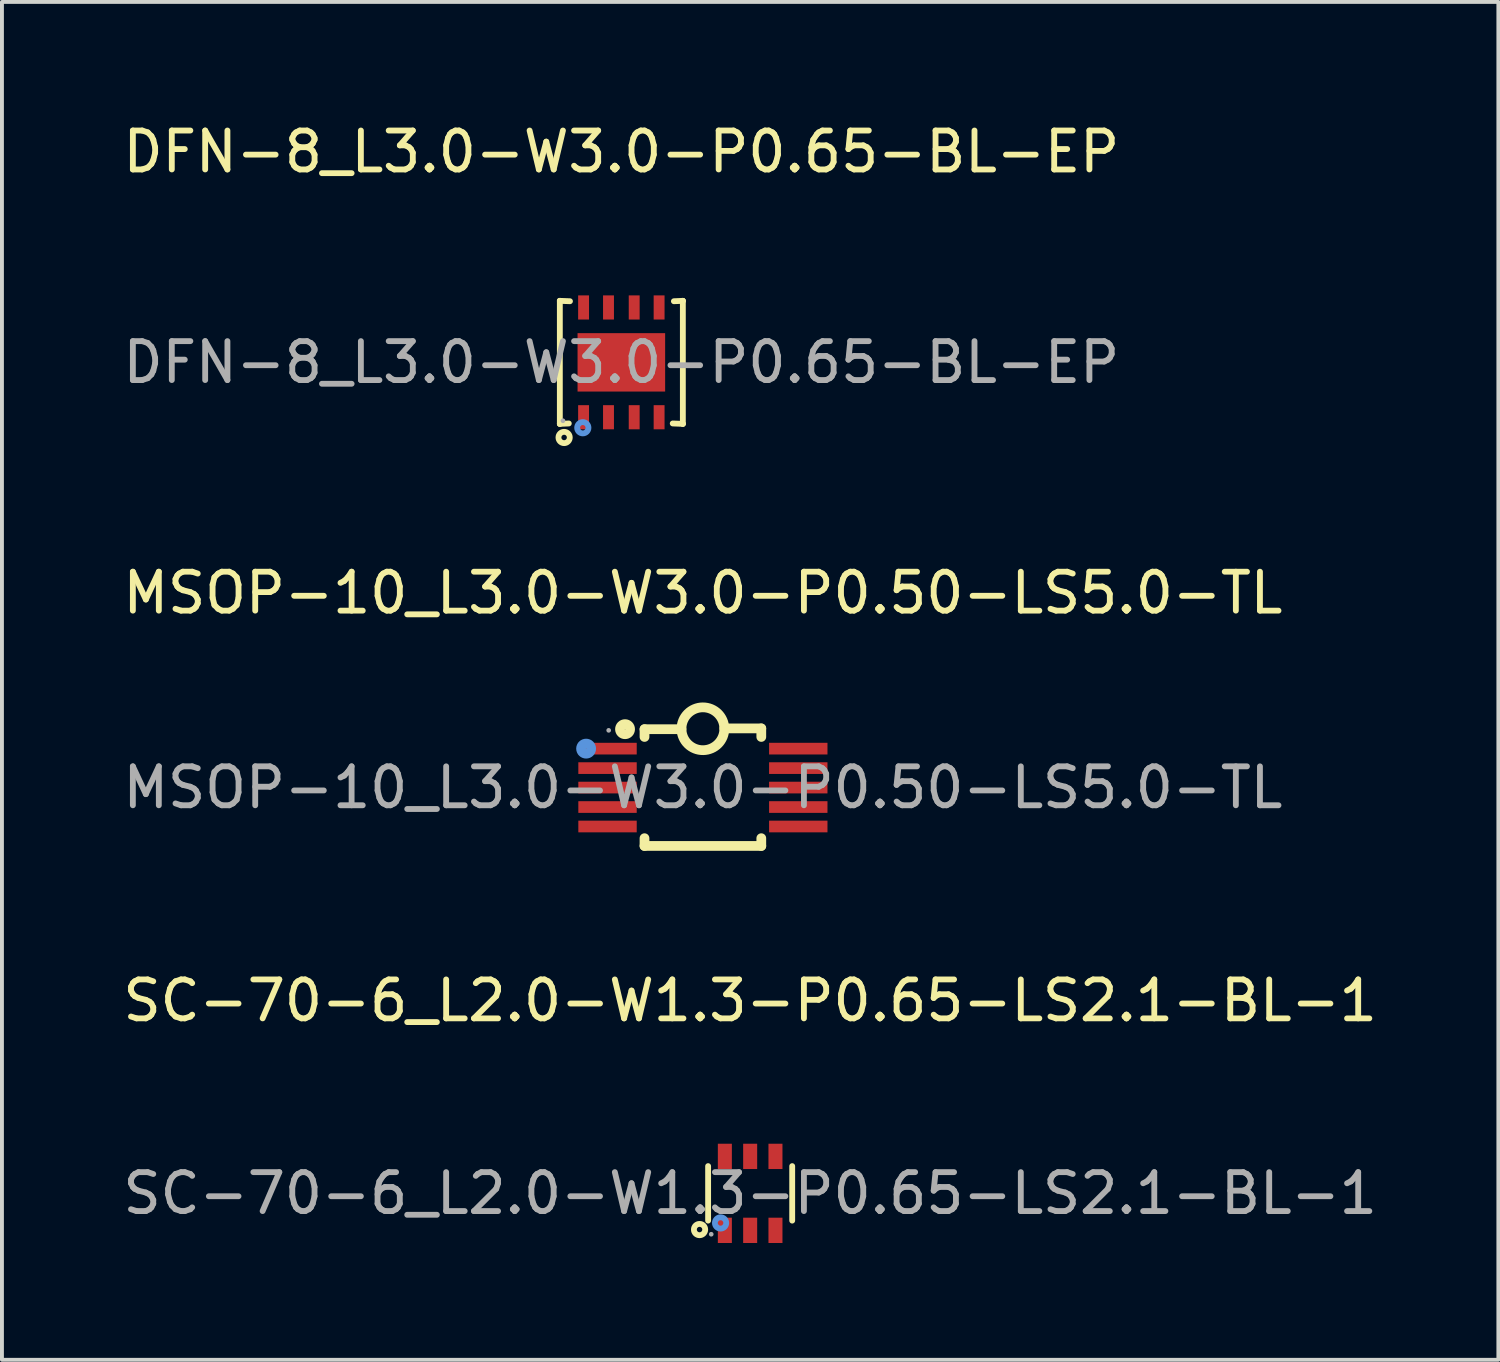
<source format=kicad_pcb>
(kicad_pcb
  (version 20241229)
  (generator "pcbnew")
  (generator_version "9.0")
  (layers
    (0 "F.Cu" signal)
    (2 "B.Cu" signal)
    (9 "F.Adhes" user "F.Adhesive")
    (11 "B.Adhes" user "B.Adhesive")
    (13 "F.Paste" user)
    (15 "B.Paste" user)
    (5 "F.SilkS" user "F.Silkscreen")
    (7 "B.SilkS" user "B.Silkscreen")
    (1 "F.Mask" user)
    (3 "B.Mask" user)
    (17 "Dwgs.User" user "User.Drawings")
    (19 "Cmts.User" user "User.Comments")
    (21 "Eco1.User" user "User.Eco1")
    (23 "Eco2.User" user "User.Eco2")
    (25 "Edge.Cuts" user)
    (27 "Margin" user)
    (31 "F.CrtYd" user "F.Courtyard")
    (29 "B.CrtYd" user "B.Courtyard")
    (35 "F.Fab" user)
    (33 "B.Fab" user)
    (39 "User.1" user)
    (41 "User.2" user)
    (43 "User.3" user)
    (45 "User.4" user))
  (footprint "SC-70-6_L2.0-W1.3-P0.65-LS2.1-BL-1"
    (layer "F.Cu")
    (at 16.22 27.605)
    (property "Reference" "SC-70-6_L2.0-W1.3-P0.65-LS2.1-BL-1" (at 0 -4.95 0) (layer "F.SilkS") (effects (font (size 1 1) (thickness 0.15))))
    (attr through_hole)
    (fp_line (start -1.08 0.7) (end -1.08 -0.7) (stroke (width 0.15) (type solid)) (layer "F.SilkS"))
    (fp_line (start 1.08 0.7) (end 1.08 -0.7) (stroke (width 0.15) (type solid)) (layer "F.SilkS"))
    (fp_circle (center -1.3 0.93) (end -1.23 0.93) (stroke (width 0.15) (type solid)) (fill no) (layer "F.SilkS"))
    (fp_circle (center -0.76 0.76) (end -0.69 0.76) (stroke (width 0.15) (type solid)) (fill no) (layer "Cmts.User"))
    (fp_circle (center -1 1.05) (end -0.97 1.05) (stroke (width 0.06) (type solid)) (fill no) (layer "F.Fab"))
    (fp_text user "${REFERENCE}" (at 0 0 0) (layer "F.Fab") (effects (font (size 1 1) (thickness 0.15))))
    (pad "1" smd rect (at -0.65 0.95) (size 0.36 0.65) (layers "F.Cu" "F.Mask" "F.Paste"))
    (pad "2" smd rect (at 0 0.95) (size 0.36 0.65) (layers "F.Cu" "F.Mask" "F.Paste"))
    (pad "3" smd rect (at 0.65 0.95) (size 0.36 0.65) (layers "F.Cu" "F.Mask" "F.Paste"))
    (pad "4" smd rect (at 0.65 -0.95) (size 0.36 0.65) (layers "F.Cu" "F.Mask" "F.Paste"))
    (pad "5" smd rect (at 0 -0.95) (size 0.36 0.65) (layers "F.Cu" "F.Mask" "F.Paste"))
    (pad "6" smd rect (at -0.65 -0.95) (size 0.36 0.65) (layers "F.Cu" "F.Mask" "F.Paste")))
  (footprint "MSOP-10_L3.0-W3.0-P0.50-LS5.0-TL"
    (layer "F.Cu")
    (at 15.006 17.181)
    (property "Reference" "MSOP-10_L3.0-W3.0-P0.50-LS5.0-TL" (at 0 -5 0) (layer "F.SilkS") (effects (font (size 1 1) (thickness 0.15))))
    (attr through_hole)
    (fp_line (start -1.5 -1.3) (end -1.5 -1.5) (stroke (width 0.25) (type solid)) (layer "F.SilkS"))
    (fp_line (start -1.5 1.5) (end -1.5 1.3) (stroke (width 0.25) (type solid)) (layer "F.SilkS"))
    (fp_line (start -0.55 -1.5) (end -1.5 -1.5) (stroke (width 0.25) (type solid)) (layer "F.SilkS"))
    (fp_line (start 1.5 -1.52) (end 0.55 -1.52) (stroke (width 0.25) (type solid)) (layer "F.SilkS"))
    (fp_line (start 1.5 -1.3) (end 1.5 -1.52) (stroke (width 0.25) (type solid)) (layer "F.SilkS"))
    (fp_line (start 1.5 1.5) (end -1.5 1.5) (stroke (width 0.25) (type solid)) (layer "F.SilkS"))
    (fp_line (start 1.5 1.5) (end 1.5 1.3) (stroke (width 0.25) (type solid)) (layer "F.SilkS"))
    (fp_arc (start -0.550091 -1.5096) (mid 0.550067 -1.5152) (end -0.55 -1.5) (stroke (width 0.25) (type solid)) (layer "F.SilkS"))
    (fp_circle (center -2 -1.5) (end -1.87 -1.5) (stroke (width 0.25) (type solid)) (fill no) (layer "F.SilkS"))
    (fp_circle (center -3 -1) (end -2.87 -1) (stroke (width 0.25) (type solid)) (fill no) (layer "Cmts.User"))
    (fp_circle (center -2.42 -1.47) (end -2.39 -1.47) (stroke (width 0.06) (type solid)) (fill no) (layer "F.Fab"))
    (fp_text user "${REFERENCE}" (at 0 0 0) (layer "F.Fab") (effects (font (size 1 1) (thickness 0.15))))
    (pad "1" smd rect (at -2.45 -1) (size 1.5 0.3) (layers "F.Cu" "F.Mask" "F.Paste"))
    (pad "2" smd rect (at -2.45 -0.5) (size 1.5 0.3) (layers "F.Cu" "F.Mask" "F.Paste"))
    (pad "3" smd rect (at -2.45 0) (size 1.5 0.3) (layers "F.Cu" "F.Mask" "F.Paste"))
    (pad "4" smd rect (at -2.45 0.5) (size 1.5 0.3) (layers "F.Cu" "F.Mask" "F.Paste"))
    (pad "5" smd rect (at -2.45 1) (size 1.5 0.3) (layers "F.Cu" "F.Mask" "F.Paste"))
    (pad "6" smd rect (at 2.45 1) (size 1.5 0.3) (layers "F.Cu" "F.Mask" "F.Paste"))
    (pad "7" smd rect (at 2.45 0.5) (size 1.5 0.3) (layers "F.Cu" "F.Mask" "F.Paste"))
    (pad "8" smd rect (at 2.45 0) (size 1.5 0.3) (layers "F.Cu" "F.Mask" "F.Paste"))
    (pad "9" smd rect (at 2.45 -0.5) (size 1.5 0.3) (layers "F.Cu" "F.Mask" "F.Paste"))
    (pad "10" smd rect (at 2.45 -1) (size 1.5 0.3) (layers "F.Cu" "F.Mask" "F.Paste")))
  (footprint "DFN-8_L3.0-W3.0-P0.65-BL-EP"
    (layer "F.Cu")
    (at 12.911 6.258)
    (property "Reference" "DFN-8_L3.0-W3.0-P0.65-BL-EP" (at 0 -5.41 0) (layer "F.SilkS") (effects (font (size 1 1) (thickness 0.15))))
    (attr through_hole)
    (fp_line (start -1.58 -1.58) (end -1.58 -1.58) (stroke (width 0.15) (type solid)) (layer "F.SilkS"))
    (fp_line (start -1.58 -1.58) (end -1.58 1.58) (stroke (width 0.15) (type solid)) (layer "F.SilkS"))
    (fp_line (start -1.58 1.58) (end -1.58 1.58) (stroke (width 0.15) (type solid)) (layer "F.SilkS"))
    (fp_line (start -1.58 1.58) (end -1.35 1.57) (stroke (width 0.15) (type solid)) (layer "F.SilkS"))
    (fp_line (start -1.32 -1.57) (end -1.58 -1.58) (stroke (width 0.15) (type solid)) (layer "F.SilkS"))
    (fp_line (start 1.32 1.57) (end 1.58 1.58) (stroke (width 0.15) (type solid)) (layer "F.SilkS"))
    (fp_line (start 1.58 -1.58) (end 1.35 -1.57) (stroke (width 0.15) (type solid)) (layer "F.SilkS"))
    (fp_line (start 1.58 -1.58) (end 1.58 -1.58) (stroke (width 0.15) (type solid)) (layer "F.SilkS"))
    (fp_line (start 1.58 1.58) (end 1.58 -1.58) (stroke (width 0.15) (type solid)) (layer "F.SilkS"))
    (fp_line (start 1.58 1.58) (end 1.58 1.58) (stroke (width 0.15) (type solid)) (layer "F.SilkS"))
    (fp_circle (center -1.47 1.93) (end -1.4 1.93) (stroke (width 0.15) (type solid)) (fill no) (layer "F.SilkS"))
    (fp_circle (center -0.99 1.68) (end -0.92 1.68) (stroke (width 0.15) (type solid)) (fill no) (layer "Cmts.User"))
    (fp_circle (center -1.5 1.5) (end -1.47 1.5) (stroke (width 0.06) (type solid)) (fill no) (layer "F.Fab"))
    (fp_text user "${REFERENCE}" (at 0 0 0) (layer "F.Fab") (effects (font (size 1 1) (thickness 0.15))))
    (pad "1" smd rect (at -0.97 1.41) (size 0.28 0.62) (layers "F.Cu" "F.Mask" "F.Paste"))
    (pad "2" smd rect (at -0.33 1.41) (size 0.28 0.62) (layers "F.Cu" "F.Mask" "F.Paste"))
    (pad "3" smd rect (at 0.33 1.41) (size 0.28 0.62) (layers "F.Cu" "F.Mask" "F.Paste"))
    (pad "4" smd rect (at 0.97 1.41) (size 0.28 0.62) (layers "F.Cu" "F.Mask" "F.Paste"))
    (pad "5" smd rect (at 0.97 -1.41) (size 0.28 0.62) (layers "F.Cu" "F.Mask" "F.Paste"))
    (pad "6" smd rect (at 0.33 -1.41) (size 0.28 0.62) (layers "F.Cu" "F.Mask" "F.Paste"))
    (pad "7" smd rect (at -0.33 -1.41) (size 0.28 0.62) (layers "F.Cu" "F.Mask" "F.Paste"))
    (pad "8" smd rect (at -0.97 -1.41) (size 0.28 0.62) (layers "F.Cu" "F.Mask" "F.Paste"))
    (pad "9" smd rect (at 0 0) (size 2.25 1.5) (layers "F.Cu" "F.Mask" "F.Paste")))
  (gr_rect
    (start -3 -3)
    (end 35.44 31.88)
    (stroke (width 0.1) (type default))
    (fill no)
    (layer "Edge.Cuts")))
</source>
